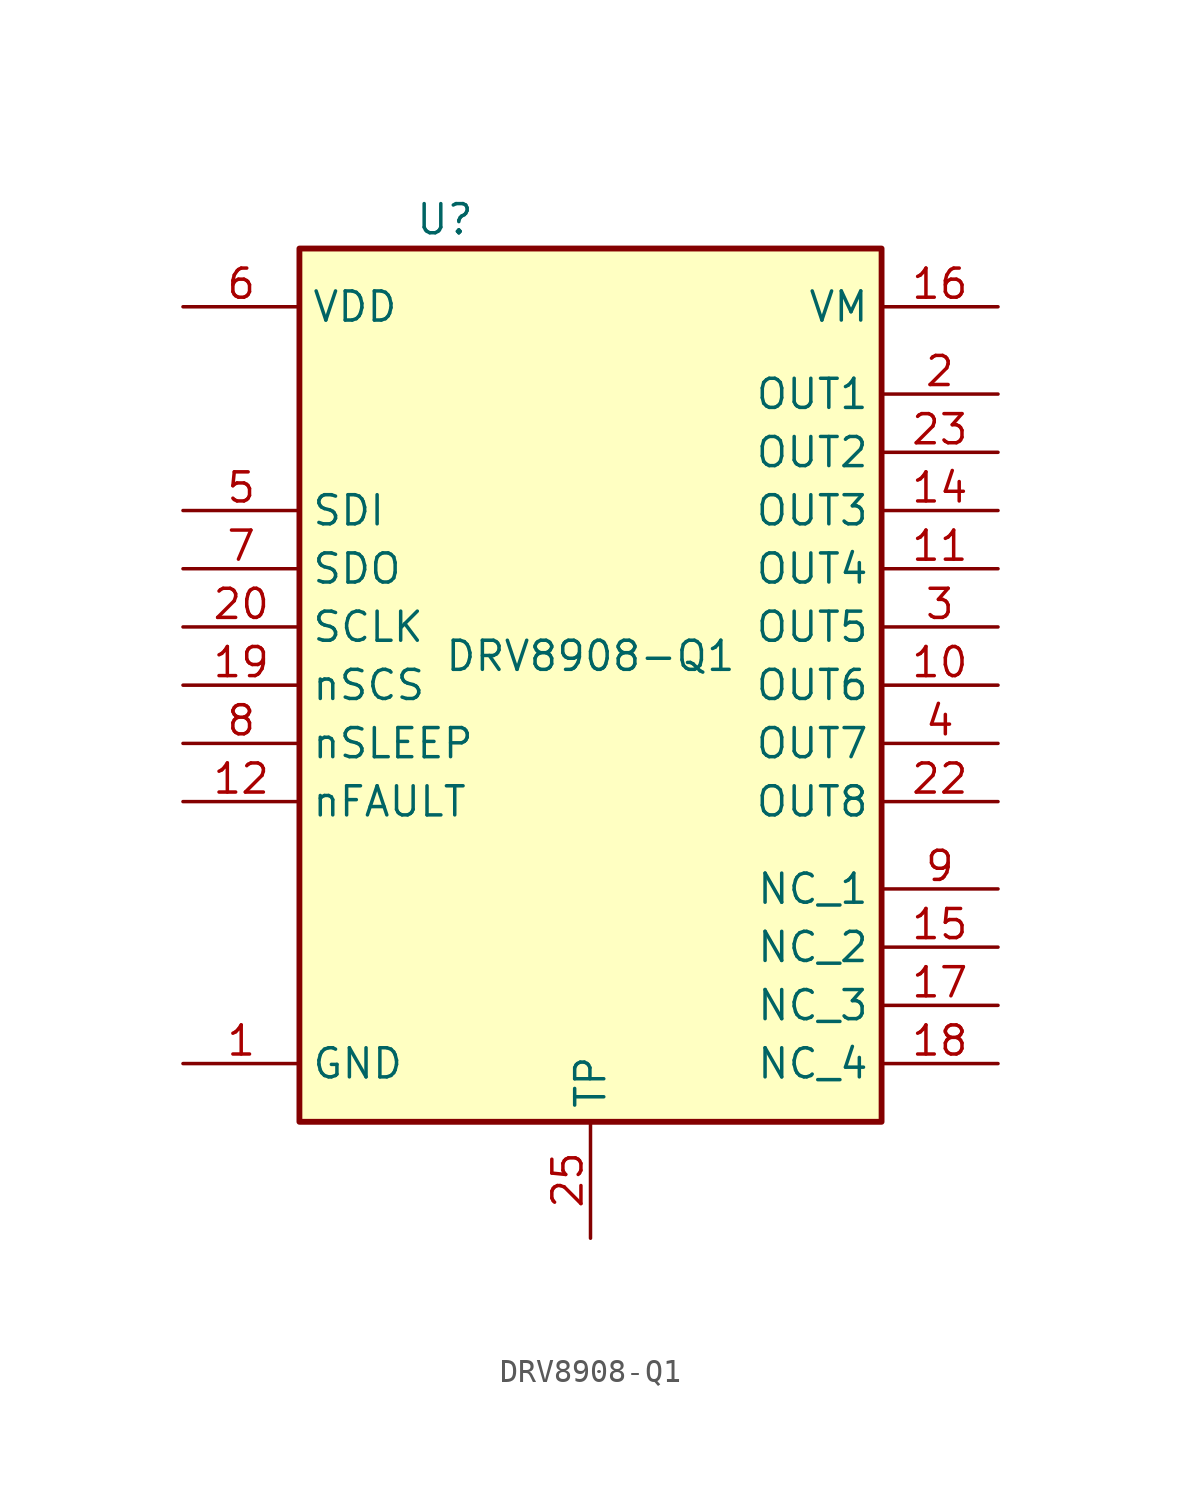
<source format=kicad_sym>
(kicad_symbol_lib
  (version 20241209)
  (generator "kicad_symbol_editor")
  (generator_version "9.0")
  (symbol "DRV8908-Q1"
    (property "Reference" "U"
      (at -6.35 19.05 0)
      (effects (font (size 1.27 1.27))))
    (property "Value" "DRV8908-Q1"
      (at 0 0 0)
      (effects (font (size 1.27 1.27))))
    (symbol "DRV8908-Q1_1_1"
      (rectangle (start -12.7 17.78) (end 12.7 -20.32) (stroke (width 0.254) (type default)) (fill (type background)))
      (pin passive line (at -17.78 15.24 0) (length 5.08) (name "VDD" (effects (font (size 1.27 1.27)))) (number "6" (effects (font (size 1.27 1.27)))))
      (pin passive line (at -17.78 6.35 0) (length 5.08) (name "SDI" (effects (font (size 1.27 1.27)))) (number "5" (effects (font (size 1.27 1.27)))))
      (pin passive line (at -17.78 3.81 0) (length 5.08) (name "SDO" (effects (font (size 1.27 1.27)))) (number "7" (effects (font (size 1.27 1.27)))))
      (pin passive line (at -17.78 1.27 0) (length 5.08) (name "SCLK" (effects (font (size 1.27 1.27)))) (number "20" (effects (font (size 1.27 1.27)))))
      (pin passive line (at -17.78 -1.27 0) (length 5.08) (name "nSCS" (effects (font (size 1.27 1.27)))) (number "19" (effects (font (size 1.27 1.27)))))
      (pin passive line (at -17.78 -3.81 0) (length 5.08) (name "nSLEEP" (effects (font (size 1.27 1.27)))) (number "8" (effects (font (size 1.27 1.27)))))
      (pin passive line (at -17.78 -6.35 0) (length 5.08) (name "nFAULT" (effects (font (size 1.27 1.27)))) (number "12" (effects (font (size 1.27 1.27)))))
      (pin passive line (at -17.78 -17.78 0) (length 5.08) (name "GND" (effects (font (size 1.27 1.27)))) (number "1" (effects (font (size 1.27 1.27)))))
      (pin passive line (at -17.78 -17.78 0) (length 5.08) (hide yes) (name "GND" (effects (font (size 1.27 1.27)))) (number "13" (effects (font (size 1.27 1.27)))))
      (pin passive line (at -17.78 -17.78 0) (length 5.08) (hide yes) (name "GND" (effects (font (size 1.27 1.27)))) (number "24" (effects (font (size 1.27 1.27)))))
      (pin passive line (at 0 -25.4 90) (length 5.08) (name "TP" (effects (font (size 1.27 1.27)))) (number "25" (effects (font (size 1.27 1.27)))))
      (pin passive line (at 17.78 15.24 180) (length 5.08) (name "VM" (effects (font (size 1.27 1.27)))) (number "16" (effects (font (size 1.27 1.27)))))
      (pin passive line (at 17.78 15.24 180) (length 5.08) (hide yes) (name "VM" (effects (font (size 1.27 1.27)))) (number "21" (effects (font (size 1.27 1.27)))))
      (pin passive line (at 17.78 11.43 180) (length 5.08) (name "OUT1" (effects (font (size 1.27 1.27)))) (number "2" (effects (font (size 1.27 1.27)))))
      (pin passive line (at 17.78 8.89 180) (length 5.08) (name "OUT2" (effects (font (size 1.27 1.27)))) (number "23" (effects (font (size 1.27 1.27)))))
      (pin passive line (at 17.78 6.35 180) (length 5.08) (name "OUT3" (effects (font (size 1.27 1.27)))) (number "14" (effects (font (size 1.27 1.27)))))
      (pin passive line (at 17.78 3.81 180) (length 5.08) (name "OUT4" (effects (font (size 1.27 1.27)))) (number "11" (effects (font (size 1.27 1.27)))))
      (pin passive line (at 17.78 1.27 180) (length 5.08) (name "OUT5" (effects (font (size 1.27 1.27)))) (number "3" (effects (font (size 1.27 1.27)))))
      (pin passive line (at 17.78 -1.27 180) (length 5.08) (name "OUT6" (effects (font (size 1.27 1.27)))) (number "10" (effects (font (size 1.27 1.27)))))
      (pin passive line (at 17.78 -3.81 180) (length 5.08) (name "OUT7" (effects (font (size 1.27 1.27)))) (number "4" (effects (font (size 1.27 1.27)))))
      (pin passive line (at 17.78 -6.35 180) (length 5.08) (name "OUT8" (effects (font (size 1.27 1.27)))) (number "22" (effects (font (size 1.27 1.27)))))
      (pin passive line (at 17.78 -10.16 180) (length 5.08) (name "NC_1" (effects (font (size 1.27 1.27)))) (number "9" (effects (font (size 1.27 1.27)))))
      (pin passive line (at 17.78 -12.7 180) (length 5.08) (name "NC_2" (effects (font (size 1.27 1.27)))) (number "15" (effects (font (size 1.27 1.27)))))
      (pin passive line (at 17.78 -15.24 180) (length 5.08) (name "NC_3" (effects (font (size 1.27 1.27)))) (number "17" (effects (font (size 1.27 1.27)))))
      (pin passive line (at 17.78 -17.78 180) (length 5.08) (name "NC_4" (effects (font (size 1.27 1.27)))) (number "18" (effects (font (size 1.27 1.27))))))))
</source>
